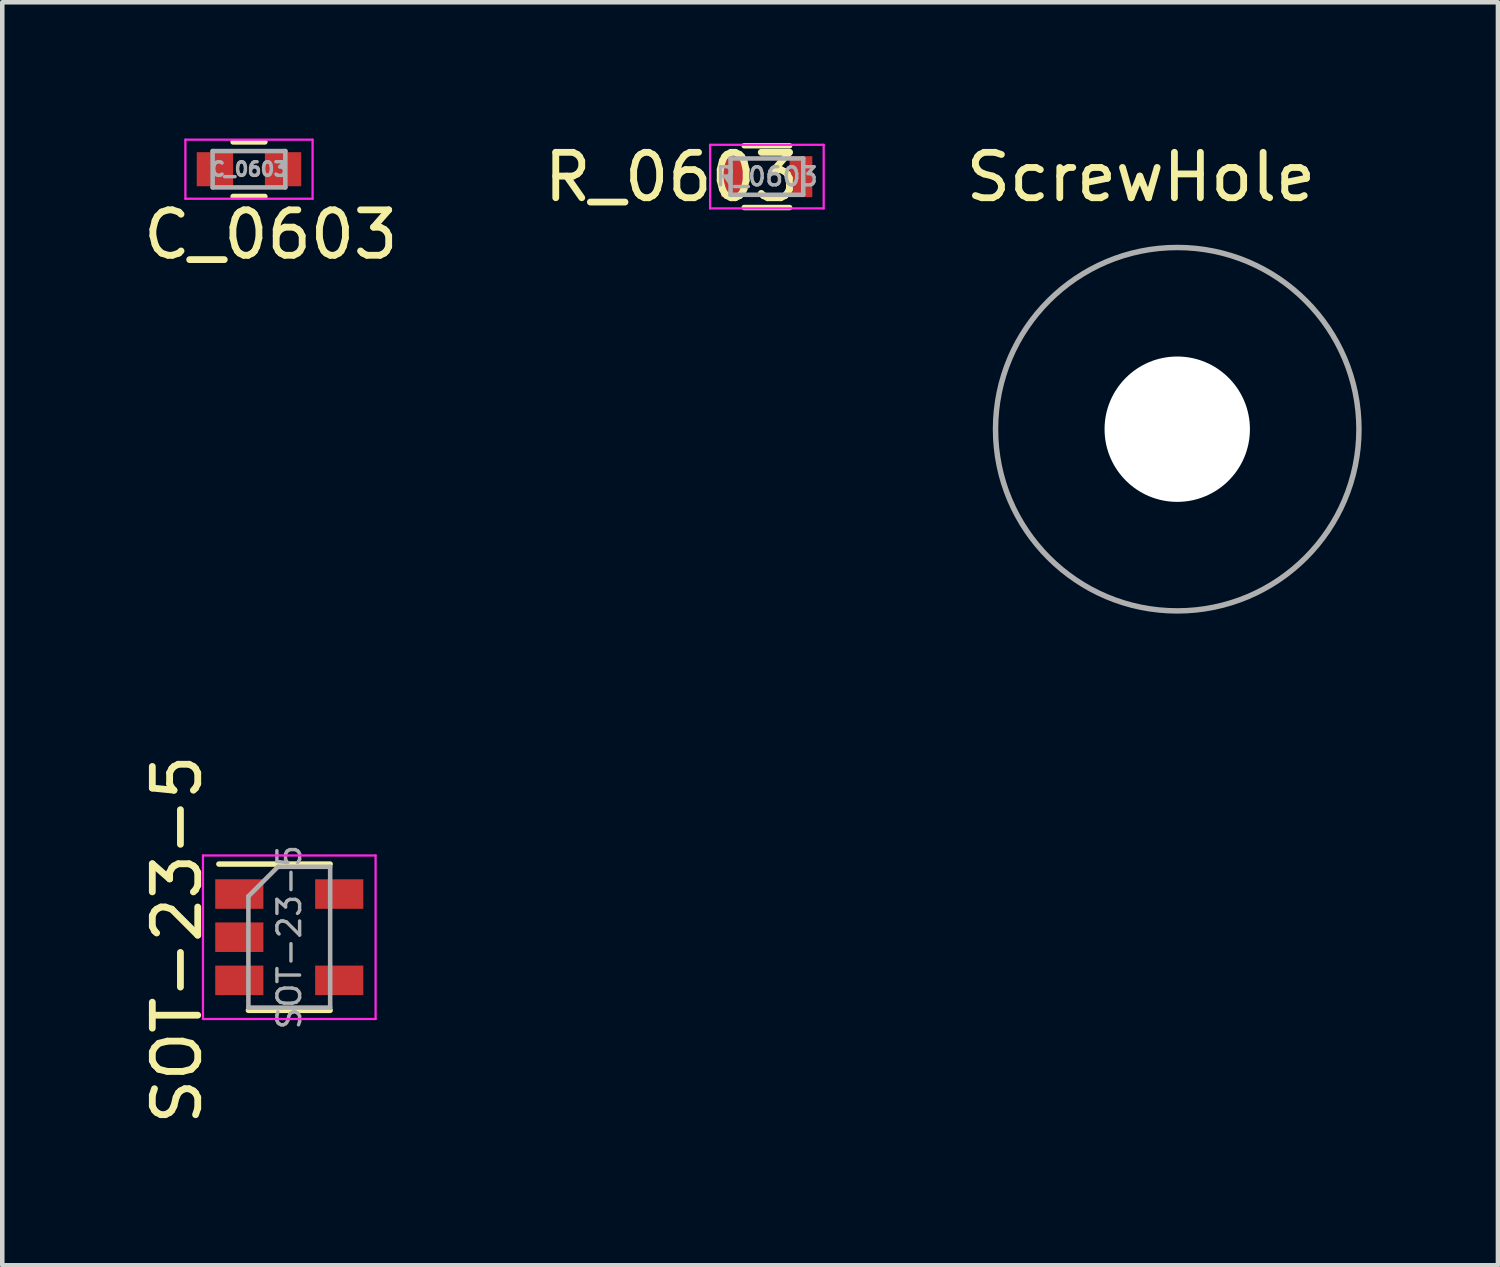
<source format=kicad_pcb>
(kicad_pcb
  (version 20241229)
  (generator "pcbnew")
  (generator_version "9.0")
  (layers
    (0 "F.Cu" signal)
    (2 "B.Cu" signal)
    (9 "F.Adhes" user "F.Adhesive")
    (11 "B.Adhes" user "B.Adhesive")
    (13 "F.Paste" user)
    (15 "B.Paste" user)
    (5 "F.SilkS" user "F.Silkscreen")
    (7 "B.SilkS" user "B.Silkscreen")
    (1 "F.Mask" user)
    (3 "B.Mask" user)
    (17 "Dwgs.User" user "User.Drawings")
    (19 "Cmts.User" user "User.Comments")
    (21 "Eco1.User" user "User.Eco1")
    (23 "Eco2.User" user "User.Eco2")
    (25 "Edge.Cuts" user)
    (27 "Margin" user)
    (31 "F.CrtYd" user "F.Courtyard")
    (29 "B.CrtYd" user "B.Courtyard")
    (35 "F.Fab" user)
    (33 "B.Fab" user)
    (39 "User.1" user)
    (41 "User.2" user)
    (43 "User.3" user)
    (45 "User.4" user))
  (footprint "C_0603"
    (layer "F.Cu")
    (at 2.431 0.675)
    (property "Reference" "C_0603" (at 0.48 1.44 180) (layer "F.SilkS") (effects (font (size 1 1) (thickness 0.15))))
    (attr smd)
    (fp_line (start -0.35 -0.6) (end 0.35 -0.6) (stroke (width 0.12) (type solid)) (layer "F.SilkS"))
    (fp_line (start 0.35 0.6) (end -0.35 0.6) (stroke (width 0.12) (type solid)) (layer "F.SilkS"))
    (fp_line (start -1.4 -0.65) (end -1.4 0.65) (stroke (width 0.05) (type solid)) (layer "F.CrtYd"))
    (fp_line (start -1.4 -0.65) (end 1.4 -0.65) (stroke (width 0.05) (type solid)) (layer "F.CrtYd"))
    (fp_line (start 1.4 0.65) (end -1.4 0.65) (stroke (width 0.05) (type solid)) (layer "F.CrtYd"))
    (fp_line (start 1.4 0.65) (end 1.4 -0.65) (stroke (width 0.05) (type solid)) (layer "F.CrtYd"))
    (fp_line (start -0.8 -0.4) (end 0.8 -0.4) (stroke (width 0.1) (type solid)) (layer "F.Fab"))
    (fp_line (start -0.8 0.4) (end -0.8 -0.4) (stroke (width 0.1) (type solid)) (layer "F.Fab"))
    (fp_line (start 0.8 -0.4) (end 0.8 0.4) (stroke (width 0.1) (type solid)) (layer "F.Fab"))
    (fp_line (start 0.8 0.4) (end -0.8 0.4) (stroke (width 0.1) (type solid)) (layer "F.Fab"))
    (fp_text user "${REFERENCE}" (at 0 0 180) (layer "F.Fab") (effects (font (size 0.3 0.3) (thickness 0.075))))
    (pad "1" smd rect (at -0.75 0) (size 0.8 0.75) (layers "F.Cu" "F.Mask" "F.Paste"))
    (pad "2" smd rect (at 0.75 0) (size 0.8 0.75) (layers "F.Cu" "F.Mask" "F.Paste")))
  (footprint "ScrewHole"
    (layer "F.Cu")
    (at 22.865 6.398)
    (property "Reference" "ScrewHole" (at -0.8 -5.55 0) (layer "F.SilkS") (effects (font (size 1 1) (thickness 0.15))))
    (attr through_hole)
    (fp_circle (center 0 0) (end 4 0) (stroke (width 0.12) (type solid)) (fill no) (layer "F.Fab"))
    (pad "" np_thru_hole circle (at 0 0) (size 3.2 3.2) (drill 3.2) (layers "*.Cu" "*.Mask")))
  (footprint "R_0603"
    (layer "F.Cu")
    (at 13.832 0.838)
    (property "Reference" "R_0603" (at -2.1 0.01 180) (layer "F.SilkS") (effects (font (size 1 1) (thickness 0.15))))
    (attr smd)
    (fp_line (start -0.5 -0.68) (end 0.5 -0.68) (stroke (width 0.12) (type solid)) (layer "F.SilkS"))
    (fp_line (start 0.5 0.68) (end -0.5 0.68) (stroke (width 0.12) (type solid)) (layer "F.SilkS"))
    (fp_line (start -1.25 -0.7) (end -1.25 0.7) (stroke (width 0.05) (type solid)) (layer "F.CrtYd"))
    (fp_line (start -1.25 -0.7) (end 1.25 -0.7) (stroke (width 0.05) (type solid)) (layer "F.CrtYd"))
    (fp_line (start 1.25 0.7) (end -1.25 0.7) (stroke (width 0.05) (type solid)) (layer "F.CrtYd"))
    (fp_line (start 1.25 0.7) (end 1.25 -0.7) (stroke (width 0.05) (type solid)) (layer "F.CrtYd"))
    (fp_line (start -0.8 -0.4) (end 0.8 -0.4) (stroke (width 0.1) (type solid)) (layer "F.Fab"))
    (fp_line (start -0.8 0.4) (end -0.8 -0.4) (stroke (width 0.1) (type solid)) (layer "F.Fab"))
    (fp_line (start 0.8 -0.4) (end 0.8 0.4) (stroke (width 0.1) (type solid)) (layer "F.Fab"))
    (fp_line (start 0.8 0.4) (end -0.8 0.4) (stroke (width 0.1) (type solid)) (layer "F.Fab"))
    (fp_text user "${REFERENCE}" (at 0 0 180) (layer "F.Fab") (effects (font (size 0.4 0.4) (thickness 0.075))))
    (pad "1" smd rect (at -0.75 0) (size 0.5 0.9) (layers "F.Cu" "F.Mask" "F.Paste"))
    (pad "2" smd rect (at 0.75 0) (size 0.5 0.9) (layers "F.Cu" "F.Mask" "F.Paste")))
  (footprint "SOT-23-5"
    (layer "F.Cu")
    (at 3.318 17.581)
    (property "Reference" "SOT-23-5" (at -2.47 0.05 90) (layer "F.SilkS") (effects (font (size 1 1) (thickness 0.15))))
    (attr smd)
    (fp_line (start -0.9 1.61) (end 0.9 1.61) (stroke (width 0.12) (type solid)) (layer "F.SilkS"))
    (fp_line (start 0.9 -1.61) (end -1.55 -1.61) (stroke (width 0.12) (type solid)) (layer "F.SilkS"))
    (fp_line (start -1.9 -1.8) (end 1.9 -1.8) (stroke (width 0.05) (type solid)) (layer "F.CrtYd"))
    (fp_line (start -1.9 1.8) (end -1.9 -1.8) (stroke (width 0.05) (type solid)) (layer "F.CrtYd"))
    (fp_line (start 1.9 -1.8) (end 1.9 1.8) (stroke (width 0.05) (type solid)) (layer "F.CrtYd"))
    (fp_line (start 1.9 1.8) (end -1.9 1.8) (stroke (width 0.05) (type solid)) (layer "F.CrtYd"))
    (fp_line (start -0.9 -0.9) (end -0.9 1.55) (stroke (width 0.1) (type solid)) (layer "F.Fab"))
    (fp_line (start -0.9 -0.9) (end -0.25 -1.55) (stroke (width 0.1) (type solid)) (layer "F.Fab"))
    (fp_line (start 0.9 -1.55) (end -0.25 -1.55) (stroke (width 0.1) (type solid)) (layer "F.Fab"))
    (fp_line (start 0.9 -1.55) (end 0.9 1.55) (stroke (width 0.1) (type solid)) (layer "F.Fab"))
    (fp_line (start 0.9 1.55) (end -0.9 1.55) (stroke (width 0.1) (type solid)) (layer "F.Fab"))
    (fp_text user "${REFERENCE}" (at 0 0 90) (layer "F.Fab") (effects (font (size 0.5 0.5) (thickness 0.075))))
    (pad "1" smd rect (at -1.1 -0.95) (size 1.06 0.65) (layers "F.Cu" "F.Mask" "F.Paste"))
    (pad "2" smd rect (at -1.1 0) (size 1.06 0.65) (layers "F.Cu" "F.Mask" "F.Paste"))
    (pad "3" smd rect (at -1.1 0.95) (size 1.06 0.65) (layers "F.Cu" "F.Mask" "F.Paste"))
    (pad "4" smd rect (at 1.1 0.95) (size 1.06 0.65) (layers "F.Cu" "F.Mask" "F.Paste"))
    (pad "5" smd rect (at 1.1 -0.95) (size 1.06 0.65) (layers "F.Cu" "F.Mask" "F.Paste")))
  (gr_rect
    (start -3 -3)
    (end 29.925 24.803)
    (stroke (width 0.1) (type default))
    (fill no)
    (layer "Edge.Cuts")))
</source>
